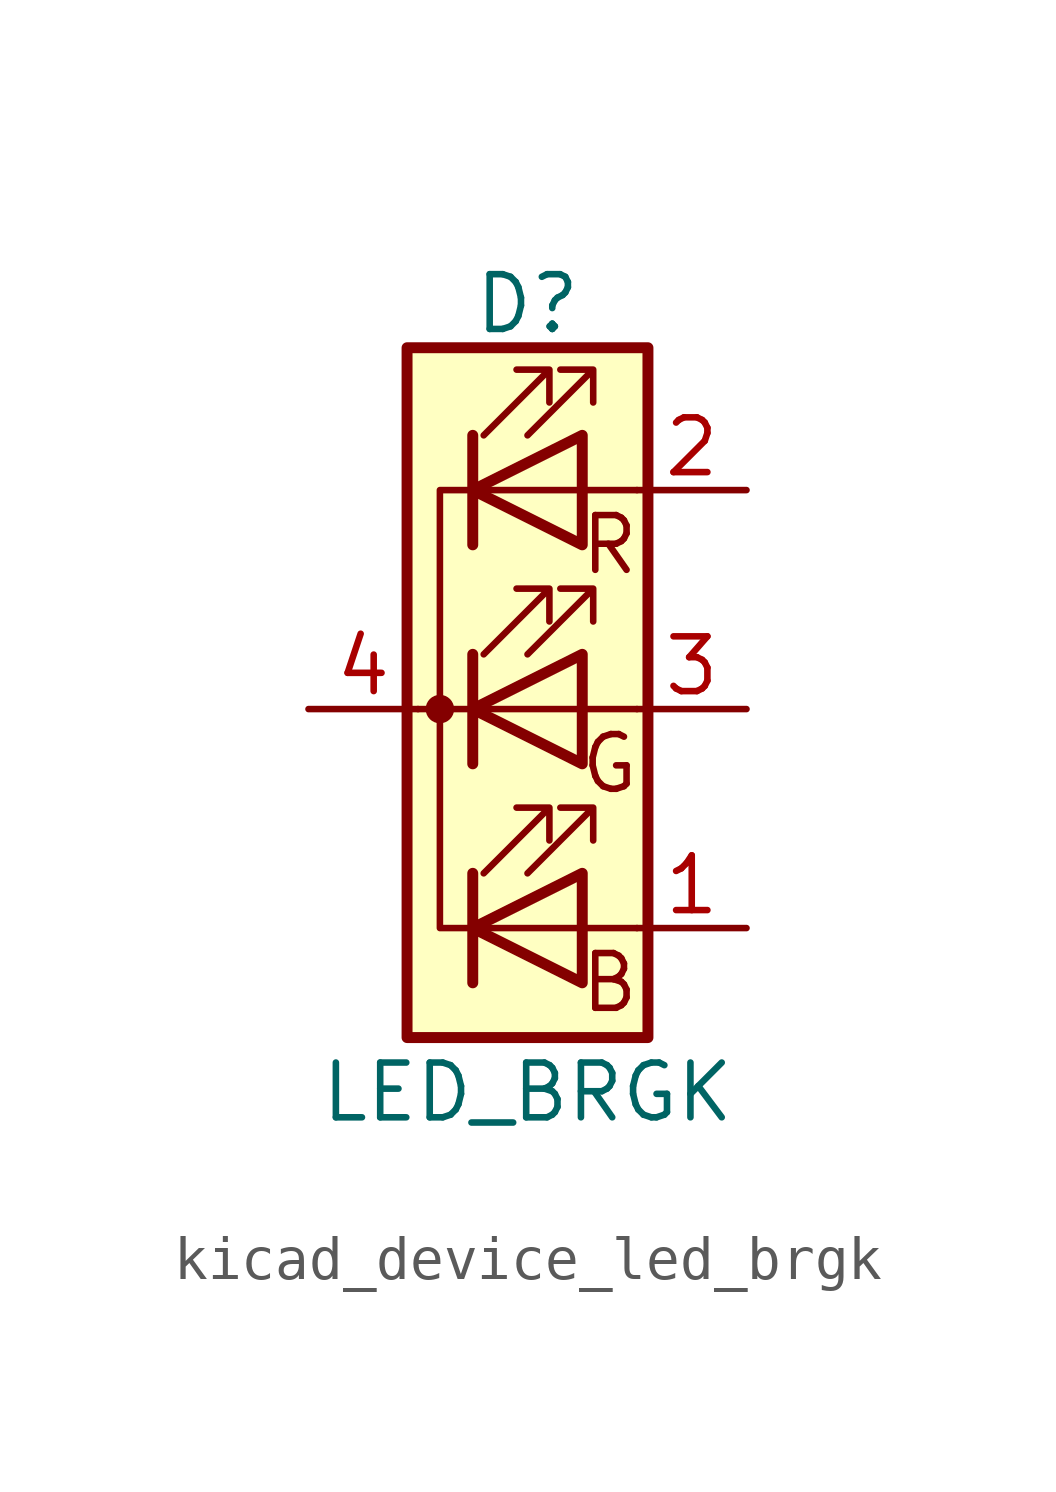
<source format=kicad_sym>
(kicad_symbol_lib
  (version 20220914)
  (generator kicad_symbol_editor)
  (symbol "kicad_device_led_brgk"
    (pin_names
      (offset 0) hide)
    (property "Reference" "D"
      (at 0 9.398 0)
      (effects (font (size 1.27 1.27))))
    (property "Value" "LED_BRGK"
      (at 0 -8.89 0)
      (effects (font (size 1.27 1.27))))
    (symbol "kicad_device_led_brgk_0_0"
      (text "B" (at 1.905 -6.35 0) (effects (font (size 1.27 1.27))))
      (text "G" (at 1.905 -1.27 0) (effects (font (size 1.27 1.27))))
      (text "R" (at 1.905 3.81 0) (effects (font (size 1.27 1.27)))))
    (symbol "kicad_device_led_brgk_0_1"
      (circle (center -2.032 0) (radius 0.254) (stroke (width 0) (type default)) (fill (type outline)))
      (polyline (pts (xy -1.27 -5.08) (xy 1.27 -5.08)) (stroke (width 0) (type default)) (fill (type none)))
      (polyline (pts (xy -1.27 -3.81) (xy -1.27 -6.35)) (stroke (width 0.254) (type default)) (fill (type none)))
      (polyline (pts (xy -1.27 0) (xy -2.54 0)) (stroke (width 0) (type default)) (fill (type none)))
      (polyline (pts (xy -1.27 1.27) (xy -1.27 -1.27)) (stroke (width 0.254) (type default)) (fill (type none)))
      (polyline (pts (xy -1.27 5.08) (xy 1.27 5.08)) (stroke (width 0) (type default)) (fill (type none)))
      (polyline (pts (xy -1.27 6.35) (xy -1.27 3.81)) (stroke (width 0.254) (type default)) (fill (type none)))
      (polyline (pts (xy 1.27 -5.08) (xy 2.54 -5.08)) (stroke (width 0) (type default)) (fill (type none)))
      (polyline (pts (xy 1.27 0) (xy -1.27 0)) (stroke (width 0) (type default)) (fill (type none)))
      (polyline (pts (xy 1.27 0) (xy 2.54 0)) (stroke (width 0) (type default)) (fill (type none)))
      (polyline (pts (xy 1.27 5.08) (xy 2.54 5.08)) (stroke (width 0) (type default)) (fill (type none)))
      (polyline (pts (xy -1.27 1.27) (xy -1.27 -1.27) (xy -1.27 -1.27)) (stroke (width 0) (type default)) (fill (type none)))
      (polyline (pts (xy -1.27 6.35) (xy -1.27 3.81) (xy -1.27 3.81)) (stroke (width 0) (type default)) (fill (type none)))
      (polyline (pts (xy -1.27 5.08) (xy -2.032 5.08) (xy -2.032 -5.08) (xy -1.016 -5.08)) (stroke (width 0) (type default)) (fill (type none)))
      (polyline (pts (xy 1.27 -3.81) (xy 1.27 -6.35) (xy -1.27 -5.08) (xy 1.27 -3.81)) (stroke (width 0.254) (type default)) (fill (type none)))
      (polyline (pts (xy 1.27 1.27) (xy 1.27 -1.27) (xy -1.27 0) (xy 1.27 1.27)) (stroke (width 0.254) (type default)) (fill (type none)))
      (polyline (pts (xy 1.27 6.35) (xy 1.27 3.81) (xy -1.27 5.08) (xy 1.27 6.35)) (stroke (width 0.254) (type default)) (fill (type none)))
      (polyline (pts (xy -1.016 -3.81) (xy 0.508 -2.286) (xy -0.254 -2.286) (xy 0.508 -2.286) (xy 0.508 -3.048)) (stroke (width 0) (type default)) (fill (type none)))
      (polyline (pts (xy -1.016 1.27) (xy 0.508 2.794) (xy -0.254 2.794) (xy 0.508 2.794) (xy 0.508 2.032)) (stroke (width 0) (type default)) (fill (type none)))
      (polyline (pts (xy -1.016 6.35) (xy 0.508 7.874) (xy -0.254 7.874) (xy 0.508 7.874) (xy 0.508 7.112)) (stroke (width 0) (type default)) (fill (type none)))
      (polyline (pts (xy 0 -3.81) (xy 1.524 -2.286) (xy 0.762 -2.286) (xy 1.524 -2.286) (xy 1.524 -3.048)) (stroke (width 0) (type default)) (fill (type none)))
      (polyline (pts (xy 0 1.27) (xy 1.524 2.794) (xy 0.762 2.794) (xy 1.524 2.794) (xy 1.524 2.032)) (stroke (width 0) (type default)) (fill (type none)))
      (polyline (pts (xy 0 6.35) (xy 1.524 7.874) (xy 0.762 7.874) (xy 1.524 7.874) (xy 1.524 7.112)) (stroke (width 0) (type default)) (fill (type none)))
      (rectangle (start 1.27 -1.27) (end 1.27 1.27) (stroke (width 0) (type default)) (fill (type none)))
      (rectangle (start 1.27 1.27) (end 1.27 1.27) (stroke (width 0) (type default)) (fill (type none)))
      (rectangle (start 1.27 3.81) (end 1.27 6.35) (stroke (width 0) (type default)) (fill (type none)))
      (rectangle (start 1.27 6.35) (end 1.27 6.35) (stroke (width 0) (type default)) (fill (type none)))
      (rectangle (start 2.794 8.382) (end -2.794 -7.62) (stroke (width 0.254) (type default)) (fill (type background))))
    (symbol "kicad_device_led_brgk_1_1"
      (pin passive line (at 5.08 -5.08 180) (length 2.54) (name "BA" (effects (font (size 1.27 1.27)))) (number "1" (effects (font (size 1.27 1.27)))))
      (pin passive line (at 5.08 5.08 180) (length 2.54) (name "RA" (effects (font (size 1.27 1.27)))) (number "2" (effects (font (size 1.27 1.27)))))
      (pin passive line (at 5.08 0 180) (length 2.54) (name "GA" (effects (font (size 1.27 1.27)))) (number "3" (effects (font (size 1.27 1.27)))))
      (pin passive line (at -5.08 0 0) (length 2.54) (name "K" (effects (font (size 1.27 1.27)))) (number "4" (effects (font (size 1.27 1.27))))))))
</source>
